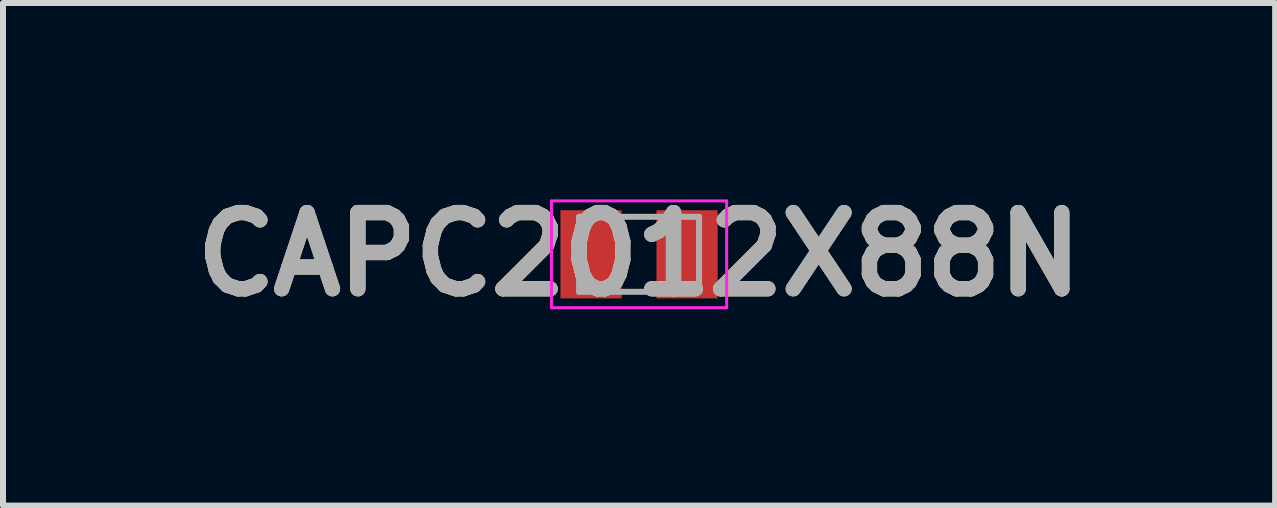
<source format=kicad_pcb>
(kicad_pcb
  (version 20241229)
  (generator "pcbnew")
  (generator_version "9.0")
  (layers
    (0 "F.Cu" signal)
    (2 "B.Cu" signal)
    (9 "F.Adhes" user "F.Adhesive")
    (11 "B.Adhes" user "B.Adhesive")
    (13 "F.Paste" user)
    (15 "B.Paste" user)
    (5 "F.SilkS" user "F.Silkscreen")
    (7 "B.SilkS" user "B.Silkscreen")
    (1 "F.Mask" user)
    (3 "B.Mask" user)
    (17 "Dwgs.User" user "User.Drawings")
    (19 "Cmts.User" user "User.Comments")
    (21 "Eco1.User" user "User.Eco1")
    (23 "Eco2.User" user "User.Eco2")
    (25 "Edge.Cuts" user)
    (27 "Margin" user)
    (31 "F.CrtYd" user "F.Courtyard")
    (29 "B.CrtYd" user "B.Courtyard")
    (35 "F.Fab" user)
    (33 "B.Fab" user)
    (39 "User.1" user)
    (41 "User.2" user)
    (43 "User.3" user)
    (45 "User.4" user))
  (footprint "CAPC2012X88N"
    (layer "F.Cu")
    (at 7.602 1.189)
    (property "Reference" "CAPC2012X88N" (at 0 0 0) (layer "F.SilkS") (effects (font (size 1.27 1.27) (thickness 0.254))))
    (attr smd)
    (fp_line (start -1.46 -0.89) (end 1.46 -0.89) (stroke (width 0.05) (type solid)) (layer "F.CrtYd"))
    (fp_line (start -1.46 0.89) (end -1.46 -0.89) (stroke (width 0.05) (type solid)) (layer "F.CrtYd"))
    (fp_line (start 1.46 -0.89) (end 1.46 0.89) (stroke (width 0.05) (type solid)) (layer "F.CrtYd"))
    (fp_line (start 1.46 0.89) (end -1.46 0.89) (stroke (width 0.05) (type solid)) (layer "F.CrtYd"))
    (fp_line (start -1 -0.625) (end 1 -0.625) (stroke (width 0.1) (type solid)) (layer "F.Fab"))
    (fp_line (start -1 0.625) (end -1 -0.625) (stroke (width 0.1) (type solid)) (layer "F.Fab"))
    (fp_line (start 1 -0.625) (end 1 0.625) (stroke (width 0.1) (type solid)) (layer "F.Fab"))
    (fp_line (start 1 0.625) (end -1 0.625) (stroke (width 0.1) (type solid)) (layer "F.Fab"))
    (fp_text user "${REFERENCE}" (at 0 0 0) (layer "F.Fab") (effects (font (size 1.27 1.27) (thickness 0.254))))
    (pad "1" smd rect (at -0.8 0) (size 1.02 1.47) (layers "F.Cu" "F.Mask" "F.Paste"))
    (pad "2" smd rect (at 0.8 0) (size 1.02 1.47) (layers "F.Cu" "F.Mask" "F.Paste")))
  (gr_rect
    (start -3 -3)
    (end 18.204 5.377)
    (stroke (width 0.1) (type default))
    (fill no)
    (layer "Edge.Cuts")))
</source>
